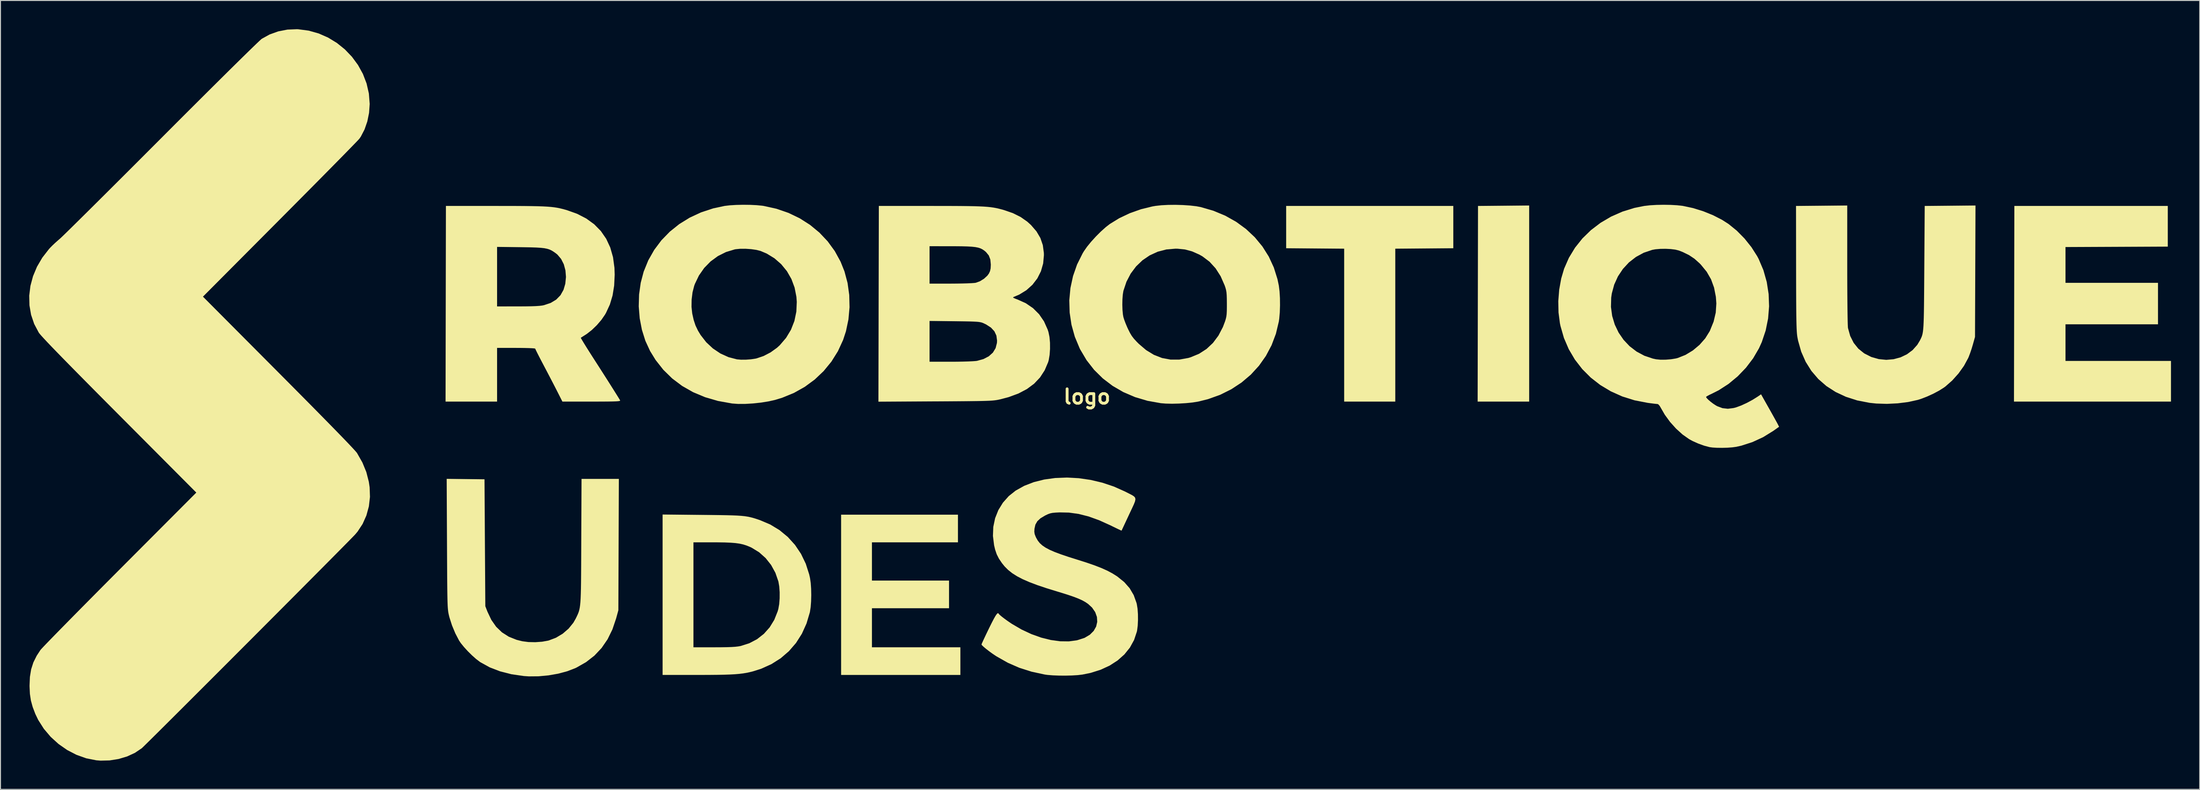
<source format=kicad_pcb>
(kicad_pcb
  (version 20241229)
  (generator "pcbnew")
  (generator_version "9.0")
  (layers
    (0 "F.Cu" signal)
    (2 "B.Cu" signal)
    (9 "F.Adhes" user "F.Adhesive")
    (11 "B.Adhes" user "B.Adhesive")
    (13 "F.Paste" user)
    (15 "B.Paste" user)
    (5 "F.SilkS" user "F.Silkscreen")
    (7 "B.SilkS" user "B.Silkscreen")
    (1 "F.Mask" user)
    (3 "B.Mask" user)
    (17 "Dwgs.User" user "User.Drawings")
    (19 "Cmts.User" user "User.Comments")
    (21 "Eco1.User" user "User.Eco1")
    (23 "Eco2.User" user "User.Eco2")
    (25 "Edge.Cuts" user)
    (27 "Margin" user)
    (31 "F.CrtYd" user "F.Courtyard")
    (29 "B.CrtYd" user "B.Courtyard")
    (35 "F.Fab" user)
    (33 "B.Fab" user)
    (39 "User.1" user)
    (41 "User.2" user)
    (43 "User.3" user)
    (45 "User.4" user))
  (footprint "logo"
    (layer "F.Cu")
    (at 110.372 38.376)
    (property "Reference" "logo" (at 0 0 0) (layer "F.SilkS") (effects (font (size 1.5 1.5) (thickness 0.3))))
    (attr board_only exclude_from_pos_files exclude_from_bom)
    (fp_poly (pts (xy 46.143 -9.728) (xy 46.143 0.51) (xy 43.455 0.51) (xy 40.767 0.51) (xy 40.786 -9.706) (xy 40.805 -19.921) (xy 43.474 -19.943) (xy 46.143 -19.966)) (stroke (width 0) (type solid)) (fill yes) (layer "F.SilkS"))
    (fp_poly (pts (xy 38.227 -17.712) (xy 38.227 -15.503) (xy 35.2 -15.481) (xy 32.173 -15.459) (xy 32.173 -7.475) (xy 32.173 0.51) (xy 29.506 0.51) (xy 26.839 0.51) (xy 26.839 -7.475) (xy 26.839 -15.459) (xy 23.812 -15.481) (xy 20.786 -15.503) (xy 20.786 -17.712) (xy 20.786 -19.921) (xy 29.506 -19.921) (xy 38.227 -19.921)) (stroke (width 0) (type solid)) (fill yes) (layer "F.SilkS"))
    (fp_poly (pts (xy -13.462 13.762) (xy -13.462 15.206) (xy -17.949 15.206) (xy -22.437 15.206) (xy -22.437 17.202) (xy -22.437 19.199) (xy -18.415 19.199) (xy -14.393 19.199) (xy -14.393 20.643) (xy -14.393 22.087) (xy -18.415 22.087) (xy -22.437 22.087) (xy -22.437 24.126) (xy -22.437 26.165) (xy -17.822 26.165) (xy -13.208 26.165) (xy -13.208 27.609) (xy -13.208 29.053) (xy -19.431 29.053) (xy -25.654 29.053) (xy -25.654 20.685) (xy -25.654 12.318) (xy -19.558 12.318) (xy -13.462 12.318)) (stroke (width 0) (type solid)) (fill yes) (layer "F.SilkS"))
    (fp_poly (pts (xy 112.782 -17.797) (xy 112.782 -15.673) (xy 107.445 -15.651) (xy 102.108 -15.63) (xy 102.108 -13.761) (xy 102.108 -11.893) (xy 106.934 -11.893) (xy 111.76 -11.893) (xy 111.76 -9.727) (xy 111.76 -7.561) (xy 106.934 -7.561) (xy 102.108 -7.561) (xy 102.108 -5.649) (xy 102.108 -3.738) (xy 107.611 -3.738) (xy 113.115 -3.738) (xy 113.115 -1.614) (xy 113.115 0.51) (xy 104.923 0.51) (xy 96.732 0.51) (xy 96.752 -9.706) (xy 96.772 -19.921) (xy 104.777 -19.921) (xy 112.782 -19.921)) (stroke (width 0) (type solid)) (fill yes) (layer "F.SilkS"))
    (fp_poly (pts (xy -64.838 8.6) (xy -62.865 8.622) (xy -62.823 15.248) (xy -62.78 21.875) (xy -62.558 22.447) (xy -62.152 23.304) (xy -61.65 24.021) (xy -61.045 24.605) (xy -60.334 25.059) (xy -59.51 25.388) (xy -58.93 25.533) (xy -58.282 25.618) (xy -57.566 25.633) (xy -56.855 25.583) (xy -56.221 25.469) (xy -56.167 25.455) (xy -55.409 25.168) (xy -54.708 24.749) (xy -54.094 24.22) (xy -53.595 23.604) (xy -53.348 23.172) (xy -53.249 22.969) (xy -53.163 22.787) (xy -53.088 22.614) (xy -53.024 22.437) (xy -52.97 22.244) (xy -52.925 22.021) (xy -52.888 21.758) (xy -52.858 21.44) (xy -52.834 21.056) (xy -52.816 20.593) (xy -52.802 20.038) (xy -52.792 19.379) (xy -52.785 18.604) (xy -52.779 17.7) (xy -52.774 16.655) (xy -52.769 15.456) (xy -52.768 15.1) (xy -52.74 8.58) (xy -50.793 8.58) (xy -48.846 8.58) (xy -48.872 15.44) (xy -48.898 22.299) (xy -49.13 23.149) (xy -49.518 24.301) (xy -50.023 25.33) (xy -50.648 26.24) (xy -51.394 27.033) (xy -52.263 27.712) (xy -53.259 28.28) (xy -53.398 28.346) (xy -54.229 28.666) (xy -55.172 28.919) (xy -56.184 29.097) (xy -57.22 29.194) (xy -58.235 29.202) (xy -58.759 29.167) (xy -60.051 28.98) (xy -61.24 28.677) (xy -62.317 28.262) (xy -63.271 27.737) (xy -63.362 27.677) (xy -63.745 27.386) (xy -64.172 27.006) (xy -64.605 26.578) (xy -65.005 26.14) (xy -65.336 25.732) (xy -65.518 25.462) (xy -65.909 24.713) (xy -66.256 23.88) (xy -66.522 23.05) (xy -66.564 22.883) (xy -66.598 22.741) (xy -66.627 22.602) (xy -66.652 22.452) (xy -66.673 22.28) (xy -66.692 22.072) (xy -66.708 21.818) (xy -66.721 21.504) (xy -66.732 21.118) (xy -66.741 20.649) (xy -66.749 20.083) (xy -66.756 19.409) (xy -66.762 18.615) (xy -66.767 17.688) (xy -66.773 16.615) (xy -66.779 15.385) (xy -66.779 15.353) (xy -66.811 8.577)) (stroke (width 0) (type solid)) (fill yes) (layer "F.SilkS"))
    (fp_poly (pts (xy -40.153 12.341) (xy -39.154 12.351) (xy -38.306 12.361) (xy -37.591 12.374) (xy -36.993 12.39) (xy -36.493 12.411) (xy -36.073 12.44) (xy -35.716 12.476) (xy -35.403 12.524) (xy -35.118 12.583) (xy -34.841 12.655) (xy -34.556 12.742) (xy -34.245 12.846) (xy -34.121 12.889) (xy -33.052 13.343) (xy -32.082 13.931) (xy -31.217 14.645) (xy -30.466 15.474) (xy -29.838 16.409) (xy -29.341 17.44) (xy -28.983 18.559) (xy -28.897 18.944) (xy -28.824 19.451) (xy -28.782 20.061) (xy -28.769 20.721) (xy -28.786 21.379) (xy -28.832 21.98) (xy -28.908 22.472) (xy -28.916 22.512) (xy -29.264 23.68) (xy -29.747 24.75) (xy -30.361 25.716) (xy -31.099 26.57) (xy -31.955 27.308) (xy -32.923 27.922) (xy -33.999 28.408) (xy -34.84 28.675) (xy -35.186 28.762) (xy -35.53 28.835) (xy -35.891 28.894) (xy -36.286 28.942) (xy -36.735 28.98) (xy -37.256 29.008) (xy -37.868 29.028) (xy -38.588 29.042) (xy -39.437 29.049) (xy -40.431 29.052) (xy -40.703 29.052) (xy -44.281 29.053) (xy -44.281 20.678) (xy -44.281 15.206) (xy -41.063 15.206) (xy -41.063 20.685) (xy -41.063 26.165) (xy -38.9 26.165) (xy -38.159 26.162) (xy -37.564 26.153) (xy -37.09 26.137) (xy -36.714 26.113) (xy -36.412 26.079) (xy -36.16 26.035) (xy -36.127 26.028) (xy -35.232 25.743) (xy -34.424 25.318) (xy -33.714 24.762) (xy -33.112 24.086) (xy -32.629 23.3) (xy -32.276 22.416) (xy -32.206 22.169) (xy -32.115 21.661) (xy -32.068 21.055) (xy -32.066 20.415) (xy -32.11 19.807) (xy -32.198 19.296) (xy -32.201 19.284) (xy -32.512 18.386) (xy -32.96 17.57) (xy -33.53 16.85) (xy -34.208 16.245) (xy -34.982 15.769) (xy -35.172 15.68) (xy -35.516 15.54) (xy -35.863 15.429) (xy -36.239 15.345) (xy -36.668 15.284) (xy -37.177 15.243) (xy -37.791 15.218) (xy -38.534 15.207) (xy -38.985 15.206) (xy -41.063 15.206) (xy -44.281 15.206) (xy -44.281 12.303)) (stroke (width 0) (type solid)) (fill yes) (layer "F.SilkS"))
    (fp_poly (pts (xy 92.691 -13.105) (xy 92.666 -6.244) (xy 92.433 -5.413) (xy 92.303 -4.982) (xy 92.153 -4.541) (xy 92.009 -4.163) (xy 91.957 -4.042) (xy 91.516 -3.228) (xy 90.947 -2.43) (xy 90.29 -1.696) (xy 89.584 -1.074) (xy 89.438 -0.966) (xy 88.933 -0.644) (xy 88.323 -0.319) (xy 87.669 -0.02) (xy 87.034 0.225) (xy 86.679 0.336) (xy 85.684 0.555) (xy 84.595 0.692) (xy 83.469 0.746) (xy 82.362 0.712) (xy 81.661 0.638) (xy 80.377 0.388) (xy 79.195 0.009) (xy 78.121 -0.493) (xy 77.159 -1.113) (xy 76.314 -1.849) (xy 75.592 -2.694) (xy 74.996 -3.645) (xy 74.532 -4.698) (xy 74.205 -5.847) (xy 74.131 -6.226) (xy 74.107 -6.392) (xy 74.085 -6.595) (xy 74.067 -6.848) (xy 74.051 -7.163) (xy 74.038 -7.551) (xy 74.027 -8.024) (xy 74.018 -8.594) (xy 74.011 -9.273) (xy 74.005 -10.074) (xy 74.001 -11.007) (xy 73.998 -12.086) (xy 73.996 -13.321) (xy 73.996 -13.441) (xy 73.989 -19.921) (xy 76.661 -19.943) (xy 79.333 -19.966) (xy 79.333 -13.775) (xy 79.334 -12.72) (xy 79.337 -11.716) (xy 79.342 -10.777) (xy 79.349 -9.915) (xy 79.357 -9.145) (xy 79.367 -8.481) (xy 79.377 -7.935) (xy 79.389 -7.523) (xy 79.402 -7.257) (xy 79.412 -7.166) (xy 79.643 -6.342) (xy 80.005 -5.624) (xy 80.492 -5.017) (xy 81.102 -4.526) (xy 81.831 -4.155) (xy 81.848 -4.148) (xy 82.623 -3.927) (xy 83.404 -3.851) (xy 84.169 -3.916) (xy 84.897 -4.111) (xy 85.566 -4.432) (xy 86.155 -4.87) (xy 86.642 -5.417) (xy 86.908 -5.858) (xy 86.985 -6.009) (xy 87.051 -6.147) (xy 87.109 -6.285) (xy 87.158 -6.435) (xy 87.199 -6.609) (xy 87.234 -6.82) (xy 87.263 -7.079) (xy 87.287 -7.4) (xy 87.305 -7.793) (xy 87.321 -8.273) (xy 87.333 -8.85) (xy 87.343 -9.538) (xy 87.351 -10.349) (xy 87.359 -11.295) (xy 87.367 -12.388) (xy 87.374 -13.422) (xy 87.418 -19.921) (xy 90.067 -19.943) (xy 92.716 -19.966)) (stroke (width 0) (type solid)) (fill yes) (layer "F.SilkS"))
    (fp_poly (pts (xy -35.155 -20.035) (xy -34.472 -20.002) (xy -33.887 -19.945) (xy -33.737 -19.923) (xy -32.403 -19.628) (xy -31.144 -19.194) (xy -29.97 -18.629) (xy -28.891 -17.94) (xy -27.916 -17.135) (xy -27.054 -16.222) (xy -26.315 -15.208) (xy -25.709 -14.102) (xy -25.303 -13.086) (xy -24.981 -11.88) (xy -24.806 -10.623) (xy -24.775 -9.343) (xy -24.889 -8.07) (xy -25.148 -6.836) (xy -25.445 -5.929) (xy -25.987 -4.751) (xy -26.668 -3.663) (xy -27.477 -2.676) (xy -28.405 -1.796) (xy -29.442 -1.033) (xy -30.578 -0.395) (xy -31.804 0.108) (xy -32.564 0.339) (xy -33.262 0.494) (xy -34.045 0.617) (xy -34.861 0.704) (xy -35.664 0.751) (xy -36.404 0.753) (xy -37.033 0.707) (xy -37.042 0.706) (xy -38.497 0.444) (xy -39.851 0.049) (xy -41.102 -0.475) (xy -42.247 -1.128) (xy -43.281 -1.907) (xy -44.204 -2.81) (xy -45.011 -3.835) (xy -45.588 -4.773) (xy -46.078 -5.835) (xy -46.439 -6.983) (xy -46.671 -8.19) (xy -46.767 -9.383) (xy -41.264 -9.383) (xy -41.19 -8.692) (xy -41.038 -8.014) (xy -40.848 -7.44) (xy -40.593 -6.905) (xy -40.311 -6.439) (xy -39.725 -5.684) (xy -39.031 -5.038) (xy -38.251 -4.515) (xy -37.408 -4.132) (xy -36.534 -3.904) (xy -36.108 -3.866) (xy -35.592 -3.868) (xy -35.057 -3.907) (xy -34.576 -3.98) (xy -34.48 -4.001) (xy -33.746 -4.249) (xy -33.017 -4.628) (xy -32.349 -5.108) (xy -32.052 -5.379) (xy -31.395 -6.147) (xy -30.886 -6.993) (xy -30.528 -7.908) (xy -30.325 -8.882) (xy -30.28 -9.902) (xy -30.319 -10.435) (xy -30.507 -11.396) (xy -30.841 -12.293) (xy -31.311 -13.112) (xy -31.905 -13.838) (xy -32.61 -14.454) (xy -33.415 -14.947) (xy -34.064 -15.222) (xy -34.498 -15.332) (xy -35.037 -15.409) (xy -35.619 -15.449) (xy -36.182 -15.448) (xy -36.664 -15.401) (xy -36.756 -15.384) (xy -37.67 -15.107) (xy -38.515 -14.683) (xy -39.276 -14.125) (xy -39.94 -13.445) (xy -40.49 -12.657) (xy -40.913 -11.775) (xy -40.985 -11.577) (xy -41.158 -10.902) (xy -41.252 -10.146) (xy -41.264 -9.383) (xy -46.767 -9.383) (xy -46.771 -9.43) (xy -46.736 -10.674) (xy -46.564 -11.896) (xy -46.257 -13.058) (xy -45.777 -14.239) (xy -45.155 -15.334) (xy -44.403 -16.336) (xy -43.528 -17.236) (xy -42.54 -18.027) (xy -41.449 -18.701) (xy -40.264 -19.251) (xy -38.994 -19.669) (xy -37.806 -19.923) (xy -37.262 -19.987) (xy -36.603 -20.027) (xy -35.883 -20.043)) (stroke (width 0) (type solid)) (fill yes) (layer "F.SilkS"))
    (fp_poly (pts (xy -60.546 -19.92) (xy -59.543 -19.918) (xy -58.679 -19.913) (xy -57.94 -19.904) (xy -57.31 -19.891) (xy -56.775 -19.873) (xy -56.32 -19.849) (xy -55.929 -19.818) (xy -55.589 -19.779) (xy -55.282 -19.731) (xy -54.996 -19.673) (xy -54.715 -19.605) (xy -54.423 -19.526) (xy -54.29 -19.488) (xy -53.2 -19.1) (xy -52.242 -18.605) (xy -51.417 -18.005) (xy -50.724 -17.3) (xy -50.166 -16.491) (xy -49.743 -15.581) (xy -49.455 -14.569) (xy -49.305 -13.458) (xy -49.281 -12.742) (xy -49.336 -11.599) (xy -49.502 -10.568) (xy -49.784 -9.626) (xy -50.187 -8.754) (xy -50.296 -8.564) (xy -50.669 -8.023) (xy -51.141 -7.474) (xy -51.662 -6.971) (xy -52.181 -6.564) (xy -52.282 -6.498) (xy -52.535 -6.337) (xy -52.726 -6.215) (xy -52.814 -6.157) (xy -52.815 -6.156) (xy -52.781 -6.08) (xy -52.666 -5.88) (xy -52.481 -5.574) (xy -52.237 -5.18) (xy -51.946 -4.717) (xy -51.619 -4.203) (xy -51.347 -3.78) (xy -50.971 -3.196) (xy -50.59 -2.6) (xy -50.214 -2.012) (xy -49.856 -1.449) (xy -49.528 -0.929) (xy -49.239 -0.47) (xy -49.002 -0.091) (xy -48.828 0.191) (xy -48.728 0.358) (xy -48.71 0.393) (xy -48.721 0.424) (xy -48.791 0.45) (xy -48.935 0.47) (xy -49.166 0.485) (xy -49.501 0.496) (xy -49.953 0.503) (xy -50.537 0.507) (xy -51.269 0.509) (xy -51.701 0.509) (xy -54.737 0.509) (xy -55.263 -0.531) (xy -55.469 -0.934) (xy -55.732 -1.444) (xy -56.031 -2.019) (xy -56.343 -2.616) (xy -56.646 -3.192) (xy -56.681 -3.259) (xy -56.939 -3.749) (xy -57.167 -4.19) (xy -57.355 -4.559) (xy -57.491 -4.834) (xy -57.564 -4.993) (xy -57.573 -5.022) (xy -57.654 -5.043) (xy -57.881 -5.062) (xy -58.232 -5.078) (xy -58.682 -5.089) (xy -59.21 -5.096) (xy -59.563 -5.097) (xy -61.553 -5.097) (xy -61.553 -2.294) (xy -61.553 0.51) (xy -64.241 0.51) (xy -66.929 0.51) (xy -66.91 -9.706) (xy -66.899 -15.644) (xy -61.553 -15.644) (xy -61.553 -12.537) (xy -61.553 -9.429) (xy -59.373 -9.431) (xy -58.607 -9.434) (xy -57.991 -9.444) (xy -57.504 -9.462) (xy -57.125 -9.488) (xy -56.835 -9.524) (xy -56.661 -9.558) (xy -55.958 -9.794) (xy -55.384 -10.14) (xy -54.938 -10.597) (xy -54.619 -11.166) (xy -54.435 -11.791) (xy -54.364 -12.504) (xy -54.419 -13.193) (xy -54.591 -13.83) (xy -54.874 -14.389) (xy -55.257 -14.84) (xy -55.388 -14.948) (xy -55.623 -15.119) (xy -55.842 -15.257) (xy -56.066 -15.365) (xy -56.319 -15.447) (xy -56.622 -15.508) (xy -56.996 -15.55) (xy -57.465 -15.579) (xy -58.049 -15.598) (xy -58.772 -15.61) (xy -59.118 -15.615) (xy -61.553 -15.644) (xy -66.899 -15.644) (xy -66.891 -19.921) (xy -61.703 -19.921)) (stroke (width 0) (type solid)) (fill yes) (layer "F.SilkS"))
    (fp_poly (pts (xy 10.017 -20.015) (xy 10.756 -19.965) (xy 11.412 -19.889) (xy 11.864 -19.805) (xy 13.194 -19.418) (xy 14.432 -18.902) (xy 15.569 -18.263) (xy 16.599 -17.51) (xy 17.515 -16.649) (xy 18.308 -15.688) (xy 18.971 -14.635) (xy 19.497 -13.497) (xy 19.878 -12.282) (xy 20.021 -11.6) (xy 20.095 -11.001) (xy 20.137 -10.296) (xy 20.145 -9.544) (xy 20.121 -8.807) (xy 20.063 -8.144) (xy 20.02 -7.848) (xy 19.716 -6.574) (xy 19.264 -5.376) (xy 18.673 -4.26) (xy 17.95 -3.235) (xy 17.103 -2.309) (xy 16.139 -1.489) (xy 15.068 -0.783) (xy 13.896 -0.199) (xy 12.631 0.254) (xy 11.615 0.507) (xy 11.031 0.601) (xy 10.344 0.671) (xy 9.608 0.715) (xy 8.879 0.732) (xy 8.21 0.717) (xy 7.705 0.676) (xy 6.317 0.427) (xy 5.011 0.039) (xy 3.793 -0.484) (xy 2.672 -1.135) (xy 1.654 -1.911) (xy 0.747 -2.806) (xy -0.041 -3.815) (xy -0.703 -4.933) (xy -0.764 -5.055) (xy -1.267 -6.262) (xy -1.615 -7.511) (xy -1.806 -8.785) (xy -1.83 -9.614) (xy 3.69 -9.614) (xy 3.707 -9.073) (xy 3.75 -8.598) (xy 3.799 -8.325) (xy 3.886 -8.042) (xy 4.026 -7.668) (xy 4.197 -7.262) (xy 4.294 -7.051) (xy 4.489 -6.662) (xy 4.675 -6.351) (xy 4.891 -6.067) (xy 5.173 -5.758) (xy 5.408 -5.521) (xy 6.175 -4.866) (xy 6.986 -4.372) (xy 7.836 -4.041) (xy 8.718 -3.876) (xy 9.627 -3.876) (xy 10.559 -4.043) (xy 10.825 -4.121) (xy 11.697 -4.483) (xy 12.473 -4.983) (xy 13.149 -5.618) (xy 13.72 -6.383) (xy 14.185 -7.275) (xy 14.408 -7.864) (xy 14.487 -8.119) (xy 14.542 -8.36) (xy 14.576 -8.626) (xy 14.594 -8.958) (xy 14.599 -9.395) (xy 14.599 -9.727) (xy 14.594 -10.238) (xy 14.581 -10.62) (xy 14.556 -10.912) (xy 14.513 -11.157) (xy 14.448 -11.392) (xy 14.367 -11.627) (xy 13.948 -12.582) (xy 13.423 -13.404) (xy 12.793 -14.094) (xy 12.059 -14.65) (xy 11.717 -14.845) (xy 10.969 -15.177) (xy 10.236 -15.375) (xy 9.452 -15.455) (xy 9.229 -15.458) (xy 8.28 -15.377) (xy 7.382 -15.142) (xy 6.549 -14.761) (xy 5.794 -14.248) (xy 5.129 -13.61) (xy 4.567 -12.861) (xy 4.122 -12.009) (xy 3.807 -11.066) (xy 3.801 -11.043) (xy 3.738 -10.657) (xy 3.701 -10.161) (xy 3.69 -9.614) (xy -1.83 -9.614) (xy -1.843 -10.069) (xy -1.725 -11.345) (xy -1.454 -12.598) (xy -1.031 -13.81) (xy -0.455 -14.965) (xy -0.32 -15.19) (xy 0.006 -15.658) (xy 0.434 -16.183) (xy 0.926 -16.724) (xy 1.445 -17.243) (xy 1.952 -17.699) (xy 2.379 -18.032) (xy 3.371 -18.642) (xy 4.472 -19.163) (xy 5.637 -19.577) (xy 6.822 -19.868) (xy 7.154 -19.925) (xy 7.764 -19.993) (xy 8.475 -20.03) (xy 9.242 -20.037)) (stroke (width 0) (type solid)) (fill yes) (layer "F.SilkS"))
    (fp_poly (pts (xy -15.119 -19.92) (xy -14.095 -19.918) (xy -13.211 -19.914) (xy -12.452 -19.906) (xy -11.805 -19.894) (xy -11.255 -19.877) (xy -10.786 -19.855) (xy -10.386 -19.826) (xy -10.038 -19.79) (xy -9.729 -19.745) (xy -9.444 -19.692) (xy -9.168 -19.628) (xy -8.887 -19.554) (xy -8.655 -19.489) (xy -7.725 -19.167) (xy -6.926 -18.769) (xy -6.231 -18.282) (xy -5.837 -17.924) (xy -5.269 -17.266) (xy -4.861 -16.574) (xy -4.607 -15.831) (xy -4.497 -15.017) (xy -4.492 -14.781) (xy -4.57 -13.915) (xy -4.802 -13.102) (xy -5.178 -12.356) (xy -5.688 -11.691) (xy -6.321 -11.122) (xy -7.067 -10.664) (xy -7.66 -10.413) (xy -7.713 -10.371) (xy -7.647 -10.311) (xy -7.444 -10.223) (xy -7.249 -10.152) (xy -6.386 -9.765) (xy -5.632 -9.25) (xy -4.996 -8.616) (xy -4.483 -7.868) (xy -4.101 -7.014) (xy -4.017 -6.754) (xy -3.912 -6.243) (xy -3.857 -5.636) (xy -3.853 -4.99) (xy -3.898 -4.364) (xy -3.991 -3.817) (xy -4.05 -3.61) (xy -4.411 -2.761) (xy -4.897 -2.012) (xy -5.514 -1.36) (xy -6.264 -0.802) (xy -7.151 -0.335) (xy -8.179 0.043) (xy -9.023 0.266) (xy -9.189 0.303) (xy -9.35 0.335) (xy -9.517 0.362) (xy -9.705 0.385) (xy -9.927 0.405) (xy -10.196 0.421) (xy -10.526 0.434) (xy -10.93 0.445) (xy -11.421 0.455) (xy -12.013 0.462) (xy -12.719 0.469) (xy -13.552 0.475) (xy -14.526 0.481) (xy -15.655 0.487) (xy -15.812 0.487) (xy -21.76 0.518) (xy -21.742 -7.911) (xy -16.425 -7.911) (xy -16.425 -5.782) (xy -16.425 -3.653) (xy -14.197 -3.653) (xy -13.551 -3.656) (xy -12.942 -3.667) (xy -12.397 -3.682) (xy -11.946 -3.703) (xy -11.615 -3.727) (xy -11.469 -3.746) (xy -10.793 -3.934) (xy -10.241 -4.223) (xy -9.818 -4.604) (xy -9.534 -5.07) (xy -9.394 -5.614) (xy -9.381 -5.861) (xy -9.45 -6.382) (xy -9.659 -6.831) (xy -10.017 -7.218) (xy -10.529 -7.549) (xy -10.837 -7.694) (xy -10.96 -7.74) (xy -11.101 -7.777) (xy -11.28 -7.807) (xy -11.518 -7.829) (xy -11.834 -7.846) (xy -12.249 -7.86) (xy -12.783 -7.87) (xy -13.457 -7.879) (xy -13.822 -7.883) (xy -16.425 -7.911) (xy -21.742 -7.911) (xy -21.739 -9.701) (xy -21.726 -15.716) (xy -16.425 -15.716) (xy -16.425 -13.762) (xy -16.425 -11.808) (xy -14.203 -11.81) (xy -13.584 -11.814) (xy -13.001 -11.824) (xy -12.482 -11.838) (xy -12.055 -11.857) (xy -11.746 -11.879) (xy -11.599 -11.899) (xy -11.163 -12.059) (xy -10.742 -12.32) (xy -10.393 -12.641) (xy -10.229 -12.867) (xy -10.112 -13.121) (xy -10.052 -13.401) (xy -10.033 -13.778) (xy -10.033 -13.804) (xy -10.083 -14.329) (xy -10.245 -14.751) (xy -10.536 -15.108) (xy -10.714 -15.257) (xy -10.899 -15.384) (xy -11.1 -15.485) (xy -11.338 -15.564) (xy -11.633 -15.623) (xy -12.007 -15.665) (xy -12.479 -15.692) (xy -13.07 -15.708) (xy -13.802 -15.714) (xy -14.161 -15.715) (xy -16.425 -15.716) (xy -21.726 -15.716) (xy -21.717 -19.921) (xy -16.298 -19.921)) (stroke (width 0) (type solid)) (fill yes) (layer "F.SilkS"))
    (fp_poly (pts (xy 60.903 -20.031) (xy 61.581 -19.993) (xy 62.15 -19.929) (xy 62.19 -19.923) (xy 63.245 -19.697) (xy 64.307 -19.367) (xy 65.331 -18.952) (xy 66.272 -18.469) (xy 66.947 -18.037) (xy 67.807 -17.339) (xy 68.616 -16.518) (xy 69.337 -15.616) (xy 69.936 -14.675) (xy 70.091 -14.383) (xy 70.587 -13.212) (xy 70.934 -11.984) (xy 71.131 -10.72) (xy 71.178 -9.44) (xy 71.076 -8.166) (xy 70.823 -6.916) (xy 70.42 -5.713) (xy 70.123 -5.055) (xy 69.514 -4.01) (xy 68.767 -3.028) (xy 67.904 -2.13) (xy 66.951 -1.34) (xy 65.929 -0.679) (xy 65.238 -0.33) (xy 64.945 -0.19) (xy 64.723 -0.07) (xy 64.609 0.01) (xy 64.601 0.025) (xy 64.666 0.141) (xy 64.839 0.319) (xy 65.081 0.527) (xy 65.358 0.736) (xy 65.633 0.915) (xy 65.775 0.993) (xy 66.321 1.197) (xy 66.877 1.258) (xy 67.48 1.18) (xy 67.749 1.108) (xy 68.269 0.917) (xy 68.858 0.646) (xy 69.453 0.326) (xy 69.989 -0.01) (xy 70.34 -0.251) (xy 71.142 1.17) (xy 71.403 1.633) (xy 71.643 2.063) (xy 71.847 2.431) (xy 72 2.708) (xy 72.083 2.864) (xy 72.222 3.138) (xy 71.608 3.573) (xy 70.56 4.221) (xy 69.436 4.74) (xy 68.274 5.115) (xy 67.754 5.231) (xy 67.343 5.287) (xy 66.835 5.324) (xy 66.285 5.339) (xy 65.748 5.333) (xy 65.277 5.305) (xy 64.969 5.263) (xy 64.401 5.113) (xy 63.779 4.888) (xy 63.181 4.619) (xy 62.839 4.432) (xy 62.149 3.946) (xy 61.471 3.332) (xy 60.841 2.631) (xy 60.295 1.881) (xy 59.935 1.256) (xy 59.759 0.954) (xy 59.609 0.789) (xy 59.541 0.763) (xy 59.399 0.751) (xy 59.131 0.721) (xy 58.781 0.677) (xy 58.505 0.64) (xy 57.143 0.376) (xy 55.861 -0.026) (xy 54.665 -0.562) (xy 53.565 -1.222) (xy 52.567 -1.999) (xy 51.681 -2.887) (xy 50.914 -3.877) (xy 50.274 -4.963) (xy 49.77 -6.136) (xy 49.41 -7.391) (xy 49.352 -7.67) (xy 49.206 -8.794) (xy 49.194 -9.375) (xy 54.678 -9.375) (xy 54.805 -8.431) (xy 55.075 -7.533) (xy 55.475 -6.697) (xy 55.996 -5.938) (xy 56.625 -5.272) (xy 57.353 -4.713) (xy 58.167 -4.277) (xy 59.056 -3.979) (xy 59.379 -3.911) (xy 59.837 -3.865) (xy 60.384 -3.867) (xy 60.948 -3.912) (xy 61.455 -3.995) (xy 61.64 -4.042) (xy 62.453 -4.365) (xy 63.223 -4.831) (xy 63.92 -5.415) (xy 64.515 -6.091) (xy 64.977 -6.834) (xy 65.004 -6.888) (xy 65.39 -7.842) (xy 65.613 -8.785) (xy 65.675 -9.739) (xy 65.625 -10.43) (xy 65.436 -11.395) (xy 65.121 -12.26) (xy 64.666 -13.05) (xy 64.06 -13.791) (xy 63.923 -13.932) (xy 63.393 -14.406) (xy 62.823 -14.788) (xy 62.163 -15.111) (xy 61.764 -15.267) (xy 61.397 -15.359) (xy 60.917 -15.419) (xy 60.375 -15.446) (xy 59.825 -15.438) (xy 59.319 -15.395) (xy 58.993 -15.336) (xy 58.103 -15.037) (xy 57.286 -14.595) (xy 56.555 -14.025) (xy 55.925 -13.343) (xy 55.407 -12.565) (xy 55.017 -11.706) (xy 54.767 -10.783) (xy 54.704 -10.35) (xy 54.678 -9.375) (xy 49.194 -9.375) (xy 49.182 -9.98) (xy 49.277 -11.178) (xy 49.487 -12.34) (xy 49.789 -13.366) (xy 50.287 -14.503) (xy 50.928 -15.56) (xy 51.7 -16.528) (xy 52.592 -17.397) (xy 53.593 -18.16) (xy 54.691 -18.806) (xy 55.876 -19.328) (xy 57.136 -19.718) (xy 58.166 -19.923) (xy 58.747 -19.989) (xy 59.432 -20.029) (xy 60.168 -20.043)) (stroke (width 0) (type solid)) (fill yes) (layer "F.SilkS"))
    (fp_poly (pts (xy -0.865 8.507) (xy 0.378 8.687) (xy 1.61 8.979) (xy 2.814 9.383) (xy 3.969 9.9) (xy 4.064 9.949) (xy 4.437 10.137) (xy 4.719 10.284) (xy 4.914 10.413) (xy 5.026 10.548) (xy 5.057 10.715) (xy 5.012 10.938) (xy 4.893 11.241) (xy 4.705 11.649) (xy 4.451 12.187) (xy 4.402 12.292) (xy 4.173 12.783) (xy 3.969 13.219) (xy 3.802 13.577) (xy 3.681 13.835) (xy 3.616 13.971) (xy 3.608 13.986) (xy 3.533 13.955) (xy 3.333 13.861) (xy 3.033 13.718) (xy 2.662 13.537) (xy 2.453 13.434) (xy 1.277 12.902) (xy 0.176 12.505) (xy -0.869 12.24) (xy -1.876 12.1) (xy -2.849 12.08) (xy -3.278 12.1) (xy -3.589 12.129) (xy -3.832 12.179) (xy -4.058 12.259) (xy -4.318 12.382) (xy -4.37 12.408) (xy -4.848 12.693) (xy -5.178 13.001) (xy -5.381 13.356) (xy -5.477 13.784) (xy -5.477 13.789) (xy -5.494 14.097) (xy -5.457 14.346) (xy -5.35 14.624) (xy -5.295 14.739) (xy -5.13 15.028) (xy -4.922 15.29) (xy -4.655 15.532) (xy -4.315 15.762) (xy -3.887 15.989) (xy -3.354 16.221) (xy -2.701 16.465) (xy -1.914 16.731) (xy -0.995 17.02) (xy -0.023 17.329) (xy 0.805 17.616) (xy 1.511 17.891) (xy 2.116 18.163) (xy 2.642 18.442) (xy 3.111 18.736) (xy 3.169 18.775) (xy 3.888 19.356) (xy 4.455 19.999) (xy 4.878 20.718) (xy 5.168 21.525) (xy 5.203 21.667) (xy 5.279 22.137) (xy 5.32 22.709) (xy 5.325 23.322) (xy 5.296 23.911) (xy 5.231 24.415) (xy 5.205 24.536) (xy 4.917 25.402) (xy 4.481 26.196) (xy 3.906 26.91) (xy 3.2 27.538) (xy 2.372 28.073) (xy 1.429 28.509) (xy 0.38 28.84) (xy -0.461 29.012) (xy -0.956 29.071) (xy -1.563 29.108) (xy -2.232 29.125) (xy -2.913 29.121) (xy -3.557 29.096) (xy -4.115 29.051) (xy -4.403 29.011) (xy -5.784 28.712) (xy -7.059 28.306) (xy -8.262 27.779) (xy -9.426 27.119) (xy -9.567 27.029) (xy -9.896 26.806) (xy -10.228 26.563) (xy -10.534 26.325) (xy -10.785 26.115) (xy -10.952 25.955) (xy -11.006 25.874) (xy -10.971 25.777) (xy -10.871 25.552) (xy -10.718 25.222) (xy -10.524 24.811) (xy -10.298 24.343) (xy -10.227 24.196) (xy -9.938 23.613) (xy -9.709 23.173) (xy -9.532 22.866) (xy -9.399 22.68) (xy -9.304 22.602) (xy -9.238 22.622) (xy -9.215 22.66) (xy -9.121 22.766) (xy -8.917 22.94) (xy -8.632 23.161) (xy -8.299 23.404) (xy -7.947 23.645) (xy -7.832 23.721) (xy -6.827 24.308) (xy -5.804 24.787) (xy -4.78 25.154) (xy -3.774 25.405) (xy -2.803 25.538) (xy -1.885 25.548) (xy -1.036 25.433) (xy -0.275 25.19) (xy -0.233 25.171) (xy 0.304 24.852) (xy 0.702 24.454) (xy 0.959 23.999) (xy 1.072 23.506) (xy 1.04 22.998) (xy 0.86 22.494) (xy 0.531 22.017) (xy 0.124 21.642) (xy -0.154 21.451) (xy -0.48 21.269) (xy -0.876 21.088) (xy -1.363 20.899) (xy -1.962 20.694) (xy -2.695 20.463) (xy -3.1 20.341) (xy -4.212 19.998) (xy -5.172 19.676) (xy -5.995 19.365) (xy -6.697 19.059) (xy -7.292 18.75) (xy -7.796 18.43) (xy -8.223 18.091) (xy -8.589 17.725) (xy -8.871 17.377) (xy -9.19 16.904) (xy -9.417 16.454) (xy -9.585 15.958) (xy -9.691 15.509) (xy -9.811 14.536) (xy -9.774 13.59) (xy -9.584 12.686) (xy -9.247 11.839) (xy -8.77 11.064) (xy -8.159 10.376) (xy -7.442 9.806) (xy -6.547 9.306) (xy -5.546 8.919) (xy -4.457 8.646) (xy -3.301 8.487) (xy -2.098 8.441)) (stroke (width 0) (type solid)) (fill yes) (layer "F.SilkS"))
    (fp_poly (pts (xy -82.302 -38.37) (xy -81.213 -38.227) (xy -80.17 -37.933) (xy -79.185 -37.5) (xy -78.269 -36.941) (xy -77.436 -36.27) (xy -76.698 -35.498) (xy -76.066 -34.639) (xy -75.552 -33.705) (xy -75.17 -32.709) (xy -74.931 -31.663) (xy -74.847 -30.582) (xy -74.847 -30.555) (xy -74.911 -29.64) (xy -75.093 -28.744) (xy -75.382 -27.908) (xy -75.765 -27.17) (xy -75.914 -26.951) (xy -76.001 -26.853) (xy -76.2 -26.642) (xy -76.506 -26.326) (xy -76.909 -25.911) (xy -77.403 -25.405) (xy -77.981 -24.816) (xy -78.636 -24.151) (xy -79.361 -23.416) (xy -80.147 -22.62) (xy -80.989 -21.769) (xy -81.879 -20.872) (xy -82.809 -19.934) (xy -83.773 -18.964) (xy -84.194 -18.54) (xy -92.244 -10.449) (xy -84.362 -2.527) (xy -83.095 -1.252) (xy -81.927 -0.074) (xy -80.86 1.004) (xy -79.897 1.982) (xy -79.039 2.856) (xy -78.288 3.625) (xy -77.647 4.286) (xy -77.118 4.837) (xy -76.702 5.277) (xy -76.401 5.604) (xy -76.218 5.814) (xy -76.166 5.883) (xy -75.603 6.875) (xy -75.197 7.866) (xy -74.936 8.884) (xy -74.852 9.451) (xy -74.816 10.46) (xy -74.931 11.451) (xy -75.19 12.402) (xy -75.585 13.288) (xy -76.11 14.086) (xy -76.346 14.367) (xy -76.475 14.503) (xy -76.714 14.749) (xy -77.056 15.099) (xy -77.494 15.543) (xy -78.02 16.075) (xy -78.626 16.688) (xy -79.306 17.374) (xy -80.052 18.126) (xy -80.857 18.936) (xy -81.713 19.798) (xy -82.613 20.703) (xy -83.55 21.644) (xy -84.516 22.614) (xy -85.504 23.605) (xy -86.506 24.611) (xy -87.515 25.623) (xy -88.525 26.634) (xy -89.526 27.638) (xy -90.513 28.626) (xy -91.477 29.591) (xy -92.412 30.526) (xy -93.31 31.423) (xy -94.163 32.275) (xy -94.964 33.075) (xy -95.707 33.815) (xy -96.382 34.488) (xy -96.984 35.087) (xy -97.505 35.603) (xy -97.937 36.031) (xy -98.273 36.361) (xy -98.505 36.588) (xy -98.627 36.703) (xy -98.638 36.712) (xy -99.343 37.188) (xy -100.158 37.564) (xy -101.05 37.83) (xy -101.985 37.979) (xy -102.929 38.002) (xy -103.378 37.965) (xy -104.427 37.757) (xy -105.445 37.394) (xy -106.416 36.89) (xy -107.319 36.259) (xy -108.135 35.517) (xy -108.847 34.677) (xy -109.434 33.753) (xy -109.733 33.133) (xy -110.012 32.401) (xy -110.197 31.725) (xy -110.301 31.035) (xy -110.338 30.262) (xy -110.339 30.157) (xy -110.301 29.258) (xy -110.172 28.468) (xy -109.941 27.746) (xy -109.594 27.048) (xy -109.204 26.452) (xy -109.107 26.34) (xy -108.897 26.114) (xy -108.582 25.784) (xy -108.169 25.357) (xy -107.665 24.839) (xy -107.078 24.239) (xy -106.414 23.563) (xy -105.683 22.82) (xy -104.89 22.017) (xy -104.043 21.161) (xy -103.149 20.259) (xy -102.216 19.32) (xy -101.251 18.35) (xy -100.915 18.013) (xy -92.938 10.01) (xy -100.987 1.925) (xy -102.256 0.65) (xy -103.408 -0.51) (xy -104.446 -1.559) (xy -105.375 -2.499) (xy -106.197 -3.334) (xy -106.917 -4.069) (xy -107.537 -4.706) (xy -108.062 -5.249) (xy -108.494 -5.703) (xy -108.838 -6.071) (xy -109.097 -6.355) (xy -109.275 -6.561) (xy -109.375 -6.692) (xy -109.379 -6.699) (xy -109.855 -7.599) (xy -110.178 -8.553) (xy -110.349 -9.543) (xy -110.372 -10.555) (xy -110.247 -11.574) (xy -109.976 -12.585) (xy -109.563 -13.572) (xy -109.009 -14.52) (xy -108.315 -15.415) (xy -108.186 -15.557) (xy -107.951 -15.795) (xy -107.639 -16.088) (xy -107.305 -16.385) (xy -107.188 -16.484) (xy -107.059 -16.602) (xy -106.817 -16.833) (xy -106.469 -17.172) (xy -106.022 -17.61) (xy -105.482 -18.143) (xy -104.856 -18.762) (xy -104.15 -19.461) (xy -103.373 -20.233) (xy -102.529 -21.073) (xy -101.627 -21.972) (xy -100.672 -22.925) (xy -99.671 -23.925) (xy -98.632 -24.965) (xy -97.561 -26.038) (xy -96.562 -27.038) (xy -95.424 -28.179) (xy -94.323 -29.281) (xy -93.264 -30.339) (xy -92.254 -31.346) (xy -91.299 -32.297) (xy -90.405 -33.185) (xy -89.578 -34.005) (xy -88.823 -34.75) (xy -88.148 -35.415) (xy -87.557 -35.993) (xy -87.058 -36.479) (xy -86.656 -36.867) (xy -86.358 -37.15) (xy -86.169 -37.323) (xy -86.106 -37.374) (xy -85.289 -37.826) (xy -84.385 -38.15) (xy -83.425 -38.336) (xy -82.439 -38.376)) (stroke (width 0) (type solid)) (fill yes) (layer "F.SilkS")))
  (gr_rect
    (start -3 -3)
    (end 226.486 79.378)
    (stroke (width 0.1) (type default))
    (fill no)
    (layer "Edge.Cuts")))
</source>
